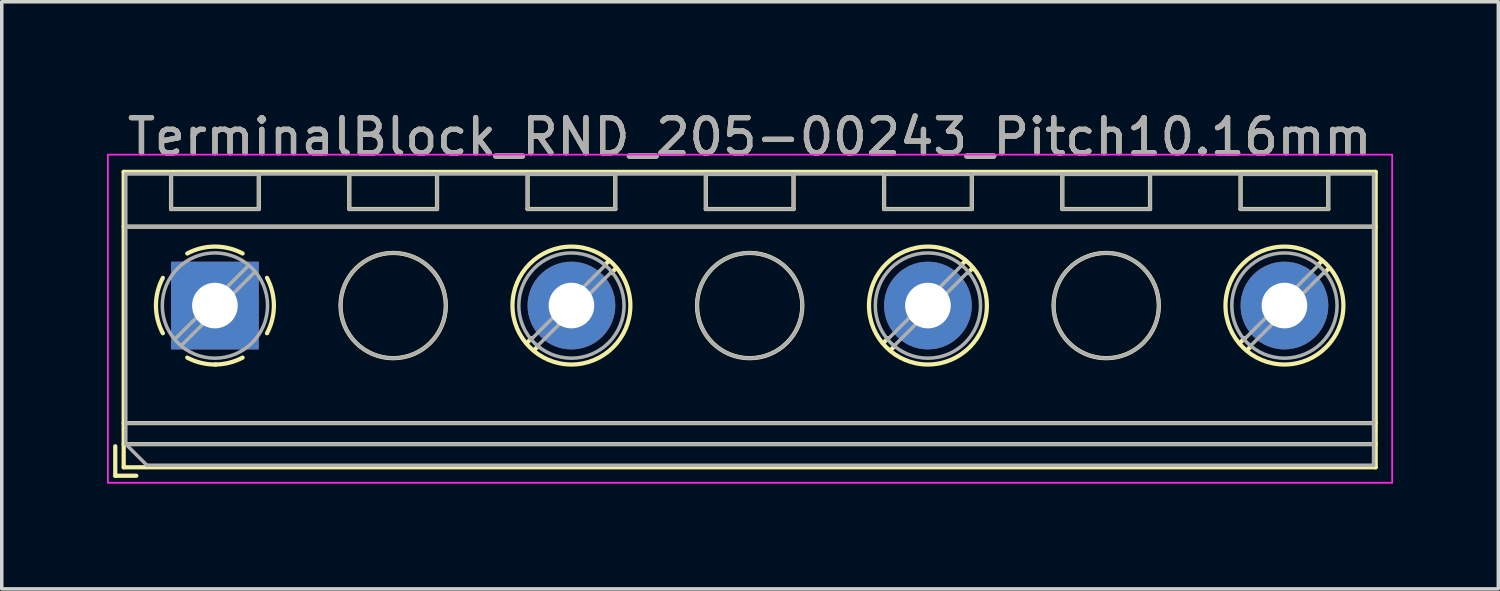
<source format=kicad_pcb>
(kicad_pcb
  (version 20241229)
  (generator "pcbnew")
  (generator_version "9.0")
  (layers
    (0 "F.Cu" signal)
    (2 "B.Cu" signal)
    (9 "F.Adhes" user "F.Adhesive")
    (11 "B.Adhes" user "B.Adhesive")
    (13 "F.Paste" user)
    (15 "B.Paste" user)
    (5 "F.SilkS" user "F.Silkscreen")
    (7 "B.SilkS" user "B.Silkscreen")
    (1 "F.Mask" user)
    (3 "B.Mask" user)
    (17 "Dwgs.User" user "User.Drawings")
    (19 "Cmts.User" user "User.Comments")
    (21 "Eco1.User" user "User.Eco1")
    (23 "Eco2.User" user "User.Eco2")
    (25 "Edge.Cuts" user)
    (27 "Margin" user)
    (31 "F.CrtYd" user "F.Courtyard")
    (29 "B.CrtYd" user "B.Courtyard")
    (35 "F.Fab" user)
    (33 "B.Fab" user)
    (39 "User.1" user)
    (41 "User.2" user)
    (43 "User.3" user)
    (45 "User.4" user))
  (footprint "TerminalBlock_RND_205-00243_Pitch10.16mm"
    (layer "F.Cu")
    (at 3.075 5.658)
    (property "Reference" "TerminalBlock_RND_205-00243_Pitch10.16mm" (at 15.24 -4.81 0) (layer "F.SilkS") (effects (font (size 1 1) (thickness 0.15))))
    (attr through_hole)
    (fp_line (start -2.84 4.01) (end -2.84 4.85) (stroke (width 0.12) (type solid)) (layer "F.SilkS"))
    (fp_line (start -2.84 4.85) (end -2.24 4.85) (stroke (width 0.12) (type solid)) (layer "F.SilkS"))
    (fp_line (start -2.6 -3.81) (end -2.6 4.61) (stroke (width 0.12) (type solid)) (layer "F.SilkS"))
    (fp_line (start -2.6 -2.25) (end 33.08 -2.25) (stroke (width 0.12) (type solid)) (layer "F.SilkS"))
    (fp_line (start -2.6 3.35) (end 33.08 3.35) (stroke (width 0.12) (type solid)) (layer "F.SilkS"))
    (fp_line (start -2.6 3.95) (end 33.08 3.95) (stroke (width 0.12) (type solid)) (layer "F.SilkS"))
    (fp_line (start -2.6 4.61) (end 33.08 4.61) (stroke (width 0.12) (type solid)) (layer "F.SilkS"))
    (fp_line (start -1.25 -3.751) (end -1.25 -2.751) (stroke (width 0.12) (type solid)) (layer "F.SilkS"))
    (fp_line (start -1.25 -3.751) (end 1.25 -3.751) (stroke (width 0.12) (type solid)) (layer "F.SilkS"))
    (fp_line (start -1.25 -2.751) (end 1.25 -2.751) (stroke (width 0.12) (type solid)) (layer "F.SilkS"))
    (fp_line (start 1.25 -3.751) (end 1.25 -2.751) (stroke (width 0.12) (type solid)) (layer "F.SilkS"))
    (fp_line (start 3.83 -3.751) (end 3.83 -2.751) (stroke (width 0.12) (type solid)) (layer "F.SilkS"))
    (fp_line (start 3.83 -3.751) (end 6.33 -3.751) (stroke (width 0.12) (type solid)) (layer "F.SilkS"))
    (fp_line (start 3.83 -2.751) (end 6.33 -2.751) (stroke (width 0.12) (type solid)) (layer "F.SilkS"))
    (fp_line (start 6.33 -3.751) (end 6.33 -2.751) (stroke (width 0.12) (type solid)) (layer "F.SilkS"))
    (fp_line (start 8.91 -3.751) (end 8.91 -2.751) (stroke (width 0.12) (type solid)) (layer "F.SilkS"))
    (fp_line (start 8.91 -3.751) (end 11.41 -3.751) (stroke (width 0.12) (type solid)) (layer "F.SilkS"))
    (fp_line (start 8.91 -2.751) (end 11.41 -2.751) (stroke (width 0.12) (type solid)) (layer "F.SilkS"))
    (fp_line (start 9.027 0.929) (end 8.886 1.069) (stroke (width 0.12) (type solid)) (layer "F.SilkS"))
    (fp_line (start 9.197 1.169) (end 9.091 1.274) (stroke (width 0.12) (type solid)) (layer "F.SilkS"))
    (fp_line (start 11.23 -1.275) (end 11.124 -1.169) (stroke (width 0.12) (type solid)) (layer "F.SilkS"))
    (fp_line (start 11.41 -3.751) (end 11.41 -2.751) (stroke (width 0.12) (type solid)) (layer "F.SilkS"))
    (fp_line (start 11.435 -1.069) (end 11.294 -0.929) (stroke (width 0.12) (type solid)) (layer "F.SilkS"))
    (fp_line (start 13.99 -3.751) (end 13.99 -2.751) (stroke (width 0.12) (type solid)) (layer "F.SilkS"))
    (fp_line (start 13.99 -3.751) (end 16.49 -3.751) (stroke (width 0.12) (type solid)) (layer "F.SilkS"))
    (fp_line (start 13.99 -2.751) (end 16.49 -2.751) (stroke (width 0.12) (type solid)) (layer "F.SilkS"))
    (fp_line (start 16.49 -3.751) (end 16.49 -2.751) (stroke (width 0.12) (type solid)) (layer "F.SilkS"))
    (fp_line (start 19.07 -3.751) (end 19.07 -2.751) (stroke (width 0.12) (type solid)) (layer "F.SilkS"))
    (fp_line (start 19.07 -3.751) (end 21.57 -3.751) (stroke (width 0.12) (type solid)) (layer "F.SilkS"))
    (fp_line (start 19.07 -2.751) (end 21.57 -2.751) (stroke (width 0.12) (type solid)) (layer "F.SilkS"))
    (fp_line (start 19.187 0.929) (end 19.046 1.069) (stroke (width 0.12) (type solid)) (layer "F.SilkS"))
    (fp_line (start 19.357 1.169) (end 19.251 1.274) (stroke (width 0.12) (type solid)) (layer "F.SilkS"))
    (fp_line (start 21.39 -1.275) (end 21.284 -1.169) (stroke (width 0.12) (type solid)) (layer "F.SilkS"))
    (fp_line (start 21.57 -3.751) (end 21.57 -2.751) (stroke (width 0.12) (type solid)) (layer "F.SilkS"))
    (fp_line (start 21.595 -1.069) (end 21.454 -0.929) (stroke (width 0.12) (type solid)) (layer "F.SilkS"))
    (fp_line (start 24.15 -3.751) (end 24.15 -2.751) (stroke (width 0.12) (type solid)) (layer "F.SilkS"))
    (fp_line (start 24.15 -3.751) (end 26.65 -3.751) (stroke (width 0.12) (type solid)) (layer "F.SilkS"))
    (fp_line (start 24.15 -2.751) (end 26.65 -2.751) (stroke (width 0.12) (type solid)) (layer "F.SilkS"))
    (fp_line (start 26.65 -3.751) (end 26.65 -2.751) (stroke (width 0.12) (type solid)) (layer "F.SilkS"))
    (fp_line (start 29.23 -3.751) (end 29.23 -2.751) (stroke (width 0.12) (type solid)) (layer "F.SilkS"))
    (fp_line (start 29.23 -3.751) (end 31.73 -3.751) (stroke (width 0.12) (type solid)) (layer "F.SilkS"))
    (fp_line (start 29.23 -2.751) (end 31.73 -2.751) (stroke (width 0.12) (type solid)) (layer "F.SilkS"))
    (fp_line (start 29.347 0.929) (end 29.206 1.069) (stroke (width 0.12) (type solid)) (layer "F.SilkS"))
    (fp_line (start 29.517 1.169) (end 29.411 1.274) (stroke (width 0.12) (type solid)) (layer "F.SilkS"))
    (fp_line (start 31.55 -1.275) (end 31.444 -1.169) (stroke (width 0.12) (type solid)) (layer "F.SilkS"))
    (fp_line (start 31.73 -3.751) (end 31.73 -2.751) (stroke (width 0.12) (type solid)) (layer "F.SilkS"))
    (fp_line (start 31.755 -1.069) (end 31.614 -0.929) (stroke (width 0.12) (type solid)) (layer "F.SilkS"))
    (fp_line (start 33.08 -3.81) (end -2.6 -3.81) (stroke (width 0.12) (type solid)) (layer "F.SilkS"))
    (fp_line (start 33.08 4.61) (end 33.08 -3.81) (stroke (width 0.12) (type solid)) (layer "F.SilkS"))
    (fp_arc (start -1.483953 0.789089) (mid -1.680708 0.00005) (end -1.484 -0.789) (stroke (width 0.12) (type solid)) (layer "F.SilkS"))
    (fp_arc (start -0.789089 -1.483953) (mid -0.00005 -1.680708) (end 0.789 -1.484) (stroke (width 0.12) (type solid)) (layer "F.SilkS"))
    (fp_arc (start 0.029383 1.68045) (mid -0.392304 1.634281) (end -0.789 1.484) (stroke (width 0.12) (type solid)) (layer "F.SilkS"))
    (fp_arc (start 0.788712 1.483352) (mid 0.406429 1.630097) (end 0 1.68) (stroke (width 0.12) (type solid)) (layer "F.SilkS"))
    (fp_arc (start 1.483953 -0.789089) (mid 1.680708 -0.00005) (end 1.484 0.789) (stroke (width 0.12) (type solid)) (layer "F.SilkS"))
    (fp_circle (center 5.08 0) (end 6.58 0) (stroke (width 0.12) (type solid)) (fill no) (layer "F.SilkS"))
    (fp_circle (center 10.16 0) (end 11.84 0) (stroke (width 0.12) (type solid)) (fill no) (layer "F.SilkS"))
    (fp_circle (center 15.24 0) (end 16.74 0) (stroke (width 0.12) (type solid)) (fill no) (layer "F.SilkS"))
    (fp_circle (center 20.32 0) (end 22 0) (stroke (width 0.12) (type solid)) (fill no) (layer "F.SilkS"))
    (fp_circle (center 25.4 0) (end 26.9 0) (stroke (width 0.12) (type solid)) (fill no) (layer "F.SilkS"))
    (fp_circle (center 30.48 0) (end 32.16 0) (stroke (width 0.12) (type solid)) (fill no) (layer "F.SilkS"))
    (fp_line (start -3.05 -4.3) (end -3.05 5.05) (stroke (width 0.05) (type solid)) (layer "F.CrtYd"))
    (fp_line (start -3.05 5.05) (end 33.55 5.05) (stroke (width 0.05) (type solid)) (layer "F.CrtYd"))
    (fp_line (start 33.55 -4.3) (end -3.05 -4.3) (stroke (width 0.05) (type solid)) (layer "F.CrtYd"))
    (fp_line (start 33.55 5.05) (end 33.55 -4.3) (stroke (width 0.05) (type solid)) (layer "F.CrtYd"))
    (fp_line (start -2.54 -3.75) (end 33.02 -3.75) (stroke (width 0.1) (type solid)) (layer "F.Fab"))
    (fp_line (start -2.54 -2.25) (end 33.02 -2.25) (stroke (width 0.1) (type solid)) (layer "F.Fab"))
    (fp_line (start -2.54 3.35) (end 33.02 3.35) (stroke (width 0.1) (type solid)) (layer "F.Fab"))
    (fp_line (start -2.54 3.95) (end -2.54 -3.75) (stroke (width 0.1) (type solid)) (layer "F.Fab"))
    (fp_line (start -2.54 3.95) (end 33.02 3.95) (stroke (width 0.1) (type solid)) (layer "F.Fab"))
    (fp_line (start -1.94 4.55) (end -2.54 3.95) (stroke (width 0.1) (type solid)) (layer "F.Fab"))
    (fp_line (start -1.25 -3.75) (end -1.25 -2.75) (stroke (width 0.1) (type solid)) (layer "F.Fab"))
    (fp_line (start -1.25 -2.75) (end 1.25 -2.75) (stroke (width 0.1) (type solid)) (layer "F.Fab"))
    (fp_line (start 0.955 -1.138) (end -1.138 0.955) (stroke (width 0.1) (type solid)) (layer "F.Fab"))
    (fp_line (start 1.138 -0.955) (end -0.955 1.138) (stroke (width 0.1) (type solid)) (layer "F.Fab"))
    (fp_line (start 1.25 -3.75) (end -1.25 -3.75) (stroke (width 0.1) (type solid)) (layer "F.Fab"))
    (fp_line (start 1.25 -2.75) (end 1.25 -3.75) (stroke (width 0.1) (type solid)) (layer "F.Fab"))
    (fp_line (start 3.83 -3.75) (end 3.83 -2.75) (stroke (width 0.1) (type solid)) (layer "F.Fab"))
    (fp_line (start 3.83 -2.75) (end 6.33 -2.75) (stroke (width 0.1) (type solid)) (layer "F.Fab"))
    (fp_line (start 6.33 -3.75) (end 3.83 -3.75) (stroke (width 0.1) (type solid)) (layer "F.Fab"))
    (fp_line (start 6.33 -2.75) (end 6.33 -3.75) (stroke (width 0.1) (type solid)) (layer "F.Fab"))
    (fp_line (start 8.91 -3.75) (end 8.91 -2.75) (stroke (width 0.1) (type solid)) (layer "F.Fab"))
    (fp_line (start 8.91 -2.75) (end 11.41 -2.75) (stroke (width 0.1) (type solid)) (layer "F.Fab"))
    (fp_line (start 11.115 -1.138) (end 9.023 0.955) (stroke (width 0.1) (type solid)) (layer "F.Fab"))
    (fp_line (start 11.298 -0.955) (end 9.206 1.138) (stroke (width 0.1) (type solid)) (layer "F.Fab"))
    (fp_line (start 11.41 -3.75) (end 8.91 -3.75) (stroke (width 0.1) (type solid)) (layer "F.Fab"))
    (fp_line (start 11.41 -2.75) (end 11.41 -3.75) (stroke (width 0.1) (type solid)) (layer "F.Fab"))
    (fp_line (start 13.99 -3.75) (end 13.99 -2.75) (stroke (width 0.1) (type solid)) (layer "F.Fab"))
    (fp_line (start 13.99 -2.75) (end 16.49 -2.75) (stroke (width 0.1) (type solid)) (layer "F.Fab"))
    (fp_line (start 16.49 -3.75) (end 13.99 -3.75) (stroke (width 0.1) (type solid)) (layer "F.Fab"))
    (fp_line (start 16.49 -2.75) (end 16.49 -3.75) (stroke (width 0.1) (type solid)) (layer "F.Fab"))
    (fp_line (start 19.07 -3.75) (end 19.07 -2.75) (stroke (width 0.1) (type solid)) (layer "F.Fab"))
    (fp_line (start 19.07 -2.75) (end 21.57 -2.75) (stroke (width 0.1) (type solid)) (layer "F.Fab"))
    (fp_line (start 21.275 -1.138) (end 19.183 0.955) (stroke (width 0.1) (type solid)) (layer "F.Fab"))
    (fp_line (start 21.458 -0.955) (end 19.366 1.138) (stroke (width 0.1) (type solid)) (layer "F.Fab"))
    (fp_line (start 21.57 -3.75) (end 19.07 -3.75) (stroke (width 0.1) (type solid)) (layer "F.Fab"))
    (fp_line (start 21.57 -2.75) (end 21.57 -3.75) (stroke (width 0.1) (type solid)) (layer "F.Fab"))
    (fp_line (start 24.15 -3.75) (end 24.15 -2.75) (stroke (width 0.1) (type solid)) (layer "F.Fab"))
    (fp_line (start 24.15 -2.75) (end 26.65 -2.75) (stroke (width 0.1) (type solid)) (layer "F.Fab"))
    (fp_line (start 26.65 -3.75) (end 24.15 -3.75) (stroke (width 0.1) (type solid)) (layer "F.Fab"))
    (fp_line (start 26.65 -2.75) (end 26.65 -3.75) (stroke (width 0.1) (type solid)) (layer "F.Fab"))
    (fp_line (start 29.23 -3.75) (end 29.23 -2.75) (stroke (width 0.1) (type solid)) (layer "F.Fab"))
    (fp_line (start 29.23 -2.75) (end 31.73 -2.75) (stroke (width 0.1) (type solid)) (layer "F.Fab"))
    (fp_line (start 31.435 -1.138) (end 29.343 0.955) (stroke (width 0.1) (type solid)) (layer "F.Fab"))
    (fp_line (start 31.618 -0.955) (end 29.526 1.138) (stroke (width 0.1) (type solid)) (layer "F.Fab"))
    (fp_line (start 31.73 -3.75) (end 29.23 -3.75) (stroke (width 0.1) (type solid)) (layer "F.Fab"))
    (fp_line (start 31.73 -2.75) (end 31.73 -3.75) (stroke (width 0.1) (type solid)) (layer "F.Fab"))
    (fp_line (start 33.02 -3.75) (end 33.02 4.55) (stroke (width 0.1) (type solid)) (layer "F.Fab"))
    (fp_line (start 33.02 4.55) (end -1.94 4.55) (stroke (width 0.1) (type solid)) (layer "F.Fab"))
    (fp_circle (center 0 0) (end 1.5 0) (stroke (width 0.1) (type solid)) (fill no) (layer "F.Fab"))
    (fp_circle (center 5.08 0) (end 6.58 0) (stroke (width 0.1) (type solid)) (fill no) (layer "F.Fab"))
    (fp_circle (center 10.16 0) (end 11.66 0) (stroke (width 0.1) (type solid)) (fill no) (layer "F.Fab"))
    (fp_circle (center 15.24 0) (end 16.74 0) (stroke (width 0.1) (type solid)) (fill no) (layer "F.Fab"))
    (fp_circle (center 20.32 0) (end 21.82 0) (stroke (width 0.1) (type solid)) (fill no) (layer "F.Fab"))
    (fp_circle (center 25.4 0) (end 26.9 0) (stroke (width 0.1) (type solid)) (fill no) (layer "F.Fab"))
    (fp_circle (center 30.48 0) (end 31.98 0) (stroke (width 0.1) (type solid)) (fill no) (layer "F.Fab"))
    (fp_text user "${REFERENCE}" (at 15.24 -4.81 0) (layer "F.Fab") (effects (font (size 1 1) (thickness 0.15))))
    (pad "1" thru_hole rect (at 0 0) (size 2.5 2.5) (drill 1.3) (layers "*.Cu" "*.Mask"))
    (pad "2" thru_hole oval (at 10.16 0) (size 2.5 2.5) (drill 1.3) (layers "*.Cu" "*.Mask"))
    (pad "3" thru_hole oval (at 20.32 0) (size 2.5 2.5) (drill 1.3) (layers "*.Cu" "*.Mask"))
    (pad "4" thru_hole oval (at 30.48 0) (size 2.5 2.5) (drill 1.3) (layers "*.Cu" "*.Mask")))
  (gr_rect
    (start -3 -3)
    (end 39.65 13.733)
    (stroke (width 0.1) (type default))
    (fill no)
    (layer "Edge.Cuts")))
</source>
